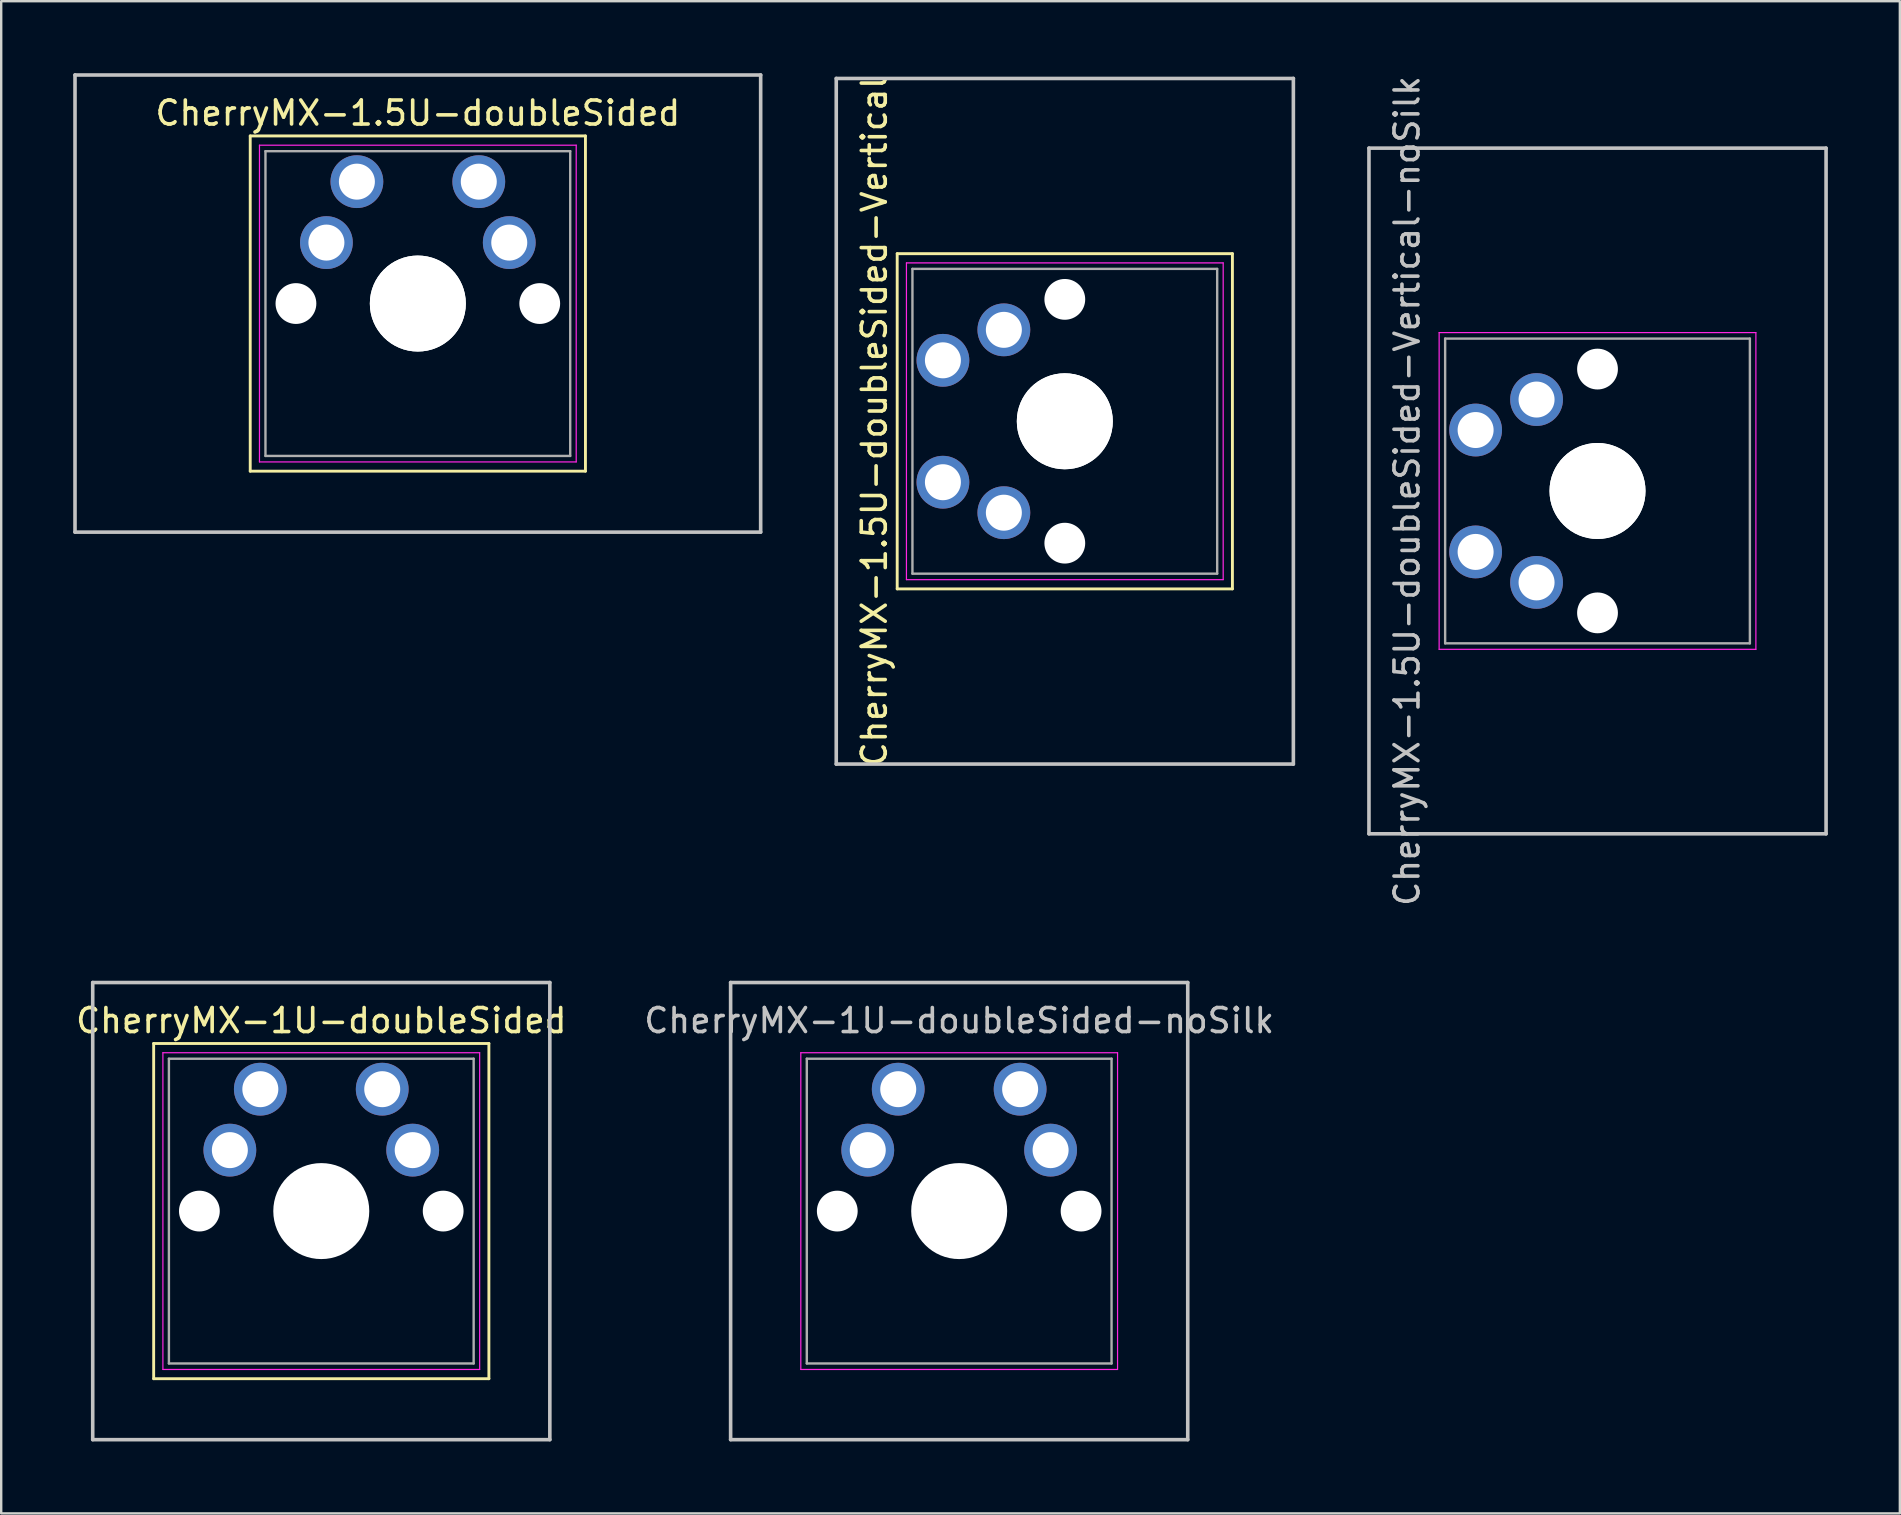
<source format=kicad_pcb>
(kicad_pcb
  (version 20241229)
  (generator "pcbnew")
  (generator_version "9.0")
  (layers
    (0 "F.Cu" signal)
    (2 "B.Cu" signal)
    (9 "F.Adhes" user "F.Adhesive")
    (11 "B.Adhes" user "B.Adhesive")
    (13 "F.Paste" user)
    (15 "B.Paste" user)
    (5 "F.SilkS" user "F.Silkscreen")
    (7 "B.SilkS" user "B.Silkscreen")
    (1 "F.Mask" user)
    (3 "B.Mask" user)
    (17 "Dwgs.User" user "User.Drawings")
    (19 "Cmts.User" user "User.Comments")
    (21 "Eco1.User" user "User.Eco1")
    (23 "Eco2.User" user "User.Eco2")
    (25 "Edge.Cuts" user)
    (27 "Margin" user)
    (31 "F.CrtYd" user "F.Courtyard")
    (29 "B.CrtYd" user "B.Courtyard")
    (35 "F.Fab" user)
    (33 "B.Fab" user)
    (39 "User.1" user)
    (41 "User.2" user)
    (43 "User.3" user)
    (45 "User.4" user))
  (footprint "CherryMX-1.5U-doubleSided"
    (layer "F.Cu")
    (at 14.363 9.6)
    (property "Reference" "CherryMX-1.5U-doubleSided" (at 0 -7.938 0) (unlocked yes) (layer "F.SilkS") (effects (font (size 1 1) (thickness 0.15))))
    (attr through_hole)
    (fp_line (start -6.985 -6.985) (end 6.985 -6.985) (stroke (width 0.12) (type solid)) (layer "F.SilkS"))
    (fp_line (start -6.985 6.985) (end -6.985 -6.985) (stroke (width 0.12) (type solid)) (layer "F.SilkS"))
    (fp_line (start 6.985 -6.985) (end 6.985 6.985) (stroke (width 0.12) (type solid)) (layer "F.SilkS"))
    (fp_line (start 6.985 6.985) (end -6.985 6.985) (stroke (width 0.12) (type solid)) (layer "F.SilkS"))
    (fp_line (start -14.287 -9.525) (end 14.287 -9.525) (stroke (width 0.15) (type solid)) (layer "Dwgs.User"))
    (fp_line (start -14.287 9.525) (end -14.287 -9.525) (stroke (width 0.15) (type solid)) (layer "Dwgs.User"))
    (fp_line (start 14.287 -9.525) (end 14.287 9.525) (stroke (width 0.15) (type solid)) (layer "Dwgs.User"))
    (fp_line (start 14.287 9.525) (end -14.287 9.525) (stroke (width 0.15) (type solid)) (layer "Dwgs.User"))
    (fp_line (start -6.6 -6.6) (end 6.6 -6.6) (stroke (width 0.05) (type solid)) (layer "F.CrtYd"))
    (fp_line (start -6.6 6.6) (end -6.6 -6.6) (stroke (width 0.05) (type solid)) (layer "F.CrtYd"))
    (fp_line (start 6.6 -6.6) (end 6.6 6.6) (stroke (width 0.05) (type solid)) (layer "F.CrtYd"))
    (fp_line (start 6.6 6.6) (end -6.6 6.6) (stroke (width 0.05) (type solid)) (layer "F.CrtYd"))
    (fp_line (start -6.35 -6.35) (end 6.35 -6.35) (stroke (width 0.1) (type solid)) (layer "F.Fab"))
    (fp_line (start -6.35 6.35) (end -6.35 -6.35) (stroke (width 0.1) (type solid)) (layer "F.Fab"))
    (fp_line (start 6.35 -6.35) (end 6.35 6.35) (stroke (width 0.1) (type solid)) (layer "F.Fab"))
    (fp_line (start 6.35 6.35) (end -6.35 6.35) (stroke (width 0.1) (type solid)) (layer "F.Fab"))
    (pad "" np_thru_hole circle (at -5.08 0) (size 1.7 1.7) (drill 1.7) (layers "*.Cu" "*.Mask"))
    (pad "" np_thru_hole circle (at 0 0) (size 4 4) (drill 4) (layers "*.Cu" "*.Mask"))
    (pad "" np_thru_hole circle (at 0 0) (size 4 4) (drill 4) (layers "*.Cu" "*.Mask"))
    (pad "" np_thru_hole circle (at 5.08 0) (size 1.7 1.7) (drill 1.7) (layers "*.Cu" "*.Mask"))
    (pad "1" thru_hole circle (at -2.54 -5.08) (size 2.2 2.2) (drill 1.5) (layers "*.Cu" "*.Mask"))
    (pad "1" thru_hole circle (at 2.54 -5.08) (size 2.2 2.2) (drill 1.5) (layers "*.Cu" "*.Mask"))
    (pad "2" thru_hole circle (at -3.81 -2.54) (size 2.2 2.2) (drill 1.5) (layers "*.Cu" "*.Mask"))
    (pad "2" thru_hole circle (at 3.81 -2.54) (size 2.2 2.2) (drill 1.5) (layers "*.Cu" "*.Mask")))
  (footprint "CherryMX-1.5U-doubleSided-Vertical"
    (layer "F.Cu")
    (at 41.325 14.506)
    (property "Reference" "CherryMX-1.5U-doubleSided-Vertical" (at -7.938 0 90) (unlocked yes) (layer "F.SilkS") (effects (font (size 1 1) (thickness 0.15))))
    (attr through_hole)
    (fp_line (start -6.985 -6.985) (end 6.985 -6.985) (stroke (width 0.12) (type solid)) (layer "F.SilkS"))
    (fp_line (start -6.985 6.985) (end -6.985 -6.985) (stroke (width 0.12) (type solid)) (layer "F.SilkS"))
    (fp_line (start 6.985 -6.985) (end 6.985 6.985) (stroke (width 0.12) (type solid)) (layer "F.SilkS"))
    (fp_line (start 6.985 6.985) (end -6.985 6.985) (stroke (width 0.12) (type solid)) (layer "F.SilkS"))
    (fp_line (start -9.525 -14.287) (end 9.525 -14.287) (stroke (width 0.15) (type solid)) (layer "Dwgs.User"))
    (fp_line (start -9.525 14.287) (end -9.525 -14.287) (stroke (width 0.15) (type solid)) (layer "Dwgs.User"))
    (fp_line (start 9.525 -14.287) (end 9.525 14.287) (stroke (width 0.15) (type solid)) (layer "Dwgs.User"))
    (fp_line (start 9.525 14.287) (end -9.525 14.287) (stroke (width 0.15) (type solid)) (layer "Dwgs.User"))
    (fp_line (start -6.6 -6.6) (end 6.6 -6.6) (stroke (width 0.05) (type solid)) (layer "F.CrtYd"))
    (fp_line (start -6.6 6.6) (end -6.6 -6.6) (stroke (width 0.05) (type solid)) (layer "F.CrtYd"))
    (fp_line (start 6.6 -6.6) (end 6.6 6.6) (stroke (width 0.05) (type solid)) (layer "F.CrtYd"))
    (fp_line (start 6.6 6.6) (end -6.6 6.6) (stroke (width 0.05) (type solid)) (layer "F.CrtYd"))
    (fp_line (start -6.35 -6.35) (end 6.35 -6.35) (stroke (width 0.1) (type solid)) (layer "F.Fab"))
    (fp_line (start -6.35 6.35) (end -6.35 -6.35) (stroke (width 0.1) (type solid)) (layer "F.Fab"))
    (fp_line (start 6.35 -6.35) (end 6.35 6.35) (stroke (width 0.1) (type solid)) (layer "F.Fab"))
    (fp_line (start 6.35 6.35) (end -6.35 6.35) (stroke (width 0.1) (type solid)) (layer "F.Fab"))
    (pad "" np_thru_hole circle (at 0 -5.08 90) (size 1.7 1.7) (drill 1.7) (layers "*.Cu" "*.Mask"))
    (pad "" np_thru_hole circle (at 0 0 90) (size 4 4) (drill 4) (layers "*.Cu" "*.Mask"))
    (pad "" np_thru_hole circle (at 0 0 90) (size 4 4) (drill 4) (layers "*.Cu" "*.Mask"))
    (pad "" np_thru_hole circle (at 0 5.08 90) (size 1.7 1.7) (drill 1.7) (layers "*.Cu" "*.Mask"))
    (pad "1" thru_hole circle (at -5.08 -2.54 90) (size 2.2 2.2) (drill 1.5) (layers "*.Cu" "*.Mask"))
    (pad "1" thru_hole circle (at -5.08 2.54 90) (size 2.2 2.2) (drill 1.5) (layers "*.Cu" "*.Mask"))
    (pad "2" thru_hole circle (at -2.54 -3.81 90) (size 2.2 2.2) (drill 1.5) (layers "*.Cu" "*.Mask"))
    (pad "2" thru_hole circle (at -2.54 3.81 90) (size 2.2 2.2) (drill 1.5) (layers "*.Cu" "*.Mask")))
  (footprint "CherryMX-1.5U-doubleSided-Vertical-noSilk"
    (layer "F.Cu")
    (at 63.525 17.411)
    (property "Reference" "CherryMX-1.5U-doubleSided-Vertical-noSilk" (at -7.938 0 90) (unlocked yes) (layer "Dwgs.User") (effects (font (size 1 1) (thickness 0.15))))
    (attr through_hole)
    (fp_line (start -9.525 -14.287) (end 9.525 -14.287) (stroke (width 0.15) (type solid)) (layer "Dwgs.User"))
    (fp_line (start -9.525 14.287) (end -9.525 -14.287) (stroke (width 0.15) (type solid)) (layer "Dwgs.User"))
    (fp_line (start 9.525 -14.287) (end 9.525 14.287) (stroke (width 0.15) (type solid)) (layer "Dwgs.User"))
    (fp_line (start 9.525 14.287) (end -9.525 14.287) (stroke (width 0.15) (type solid)) (layer "Dwgs.User"))
    (fp_line (start -6.6 -6.6) (end 6.6 -6.6) (stroke (width 0.05) (type solid)) (layer "F.CrtYd"))
    (fp_line (start -6.6 6.6) (end -6.6 -6.6) (stroke (width 0.05) (type solid)) (layer "F.CrtYd"))
    (fp_line (start 6.6 -6.6) (end 6.6 6.6) (stroke (width 0.05) (type solid)) (layer "F.CrtYd"))
    (fp_line (start 6.6 6.6) (end -6.6 6.6) (stroke (width 0.05) (type solid)) (layer "F.CrtYd"))
    (fp_line (start -6.35 -6.35) (end 6.35 -6.35) (stroke (width 0.1) (type solid)) (layer "F.Fab"))
    (fp_line (start -6.35 6.35) (end -6.35 -6.35) (stroke (width 0.1) (type solid)) (layer "F.Fab"))
    (fp_line (start 6.35 -6.35) (end 6.35 6.35) (stroke (width 0.1) (type solid)) (layer "F.Fab"))
    (fp_line (start 6.35 6.35) (end -6.35 6.35) (stroke (width 0.1) (type solid)) (layer "F.Fab"))
    (pad "" np_thru_hole circle (at 0 -5.08 90) (size 1.7 1.7) (drill 1.7) (layers "*.Cu" "*.Mask"))
    (pad "" np_thru_hole circle (at 0 0 90) (size 4 4) (drill 4) (layers "*.Cu" "*.Mask"))
    (pad "" np_thru_hole circle (at 0 0 90) (size 4 4) (drill 4) (layers "*.Cu" "*.Mask"))
    (pad "" np_thru_hole circle (at 0 5.08 90) (size 1.7 1.7) (drill 1.7) (layers "*.Cu" "*.Mask"))
    (pad "1" thru_hole circle (at -5.08 -2.54 90) (size 2.2 2.2) (drill 1.5) (layers "*.Cu" "*.Mask"))
    (pad "1" thru_hole circle (at -5.08 2.54 90) (size 2.2 2.2) (drill 1.5) (layers "*.Cu" "*.Mask"))
    (pad "2" thru_hole circle (at -2.54 -3.81 90) (size 2.2 2.2) (drill 1.5) (layers "*.Cu" "*.Mask"))
    (pad "2" thru_hole circle (at -2.54 3.81 90) (size 2.2 2.2) (drill 1.5) (layers "*.Cu" "*.Mask")))
  (footprint "CherryMX-1U-doubleSided"
    (layer "F.Cu")
    (at 10.339 47.421)
    (property "Reference" "CherryMX-1U-doubleSided" (at 0 -7.938 0) (unlocked yes) (layer "F.SilkS") (effects (font (size 1 1) (thickness 0.15))))
    (attr through_hole)
    (fp_line (start -6.985 -6.985) (end 6.985 -6.985) (stroke (width 0.12) (type solid)) (layer "F.SilkS"))
    (fp_line (start -6.985 6.985) (end -6.985 -6.985) (stroke (width 0.12) (type solid)) (layer "F.SilkS"))
    (fp_line (start 6.985 -6.985) (end 6.985 6.985) (stroke (width 0.12) (type solid)) (layer "F.SilkS"))
    (fp_line (start 6.985 6.985) (end -6.985 6.985) (stroke (width 0.12) (type solid)) (layer "F.SilkS"))
    (fp_line (start -9.525 -9.525) (end 9.525 -9.525) (stroke (width 0.15) (type solid)) (layer "Dwgs.User"))
    (fp_line (start -9.525 9.525) (end -9.525 -9.525) (stroke (width 0.15) (type solid)) (layer "Dwgs.User"))
    (fp_line (start 9.525 -9.525) (end 9.525 9.525) (stroke (width 0.15) (type solid)) (layer "Dwgs.User"))
    (fp_line (start 9.525 9.525) (end -9.525 9.525) (stroke (width 0.15) (type solid)) (layer "Dwgs.User"))
    (fp_line (start -6.6 -6.6) (end 6.6 -6.6) (stroke (width 0.05) (type solid)) (layer "F.CrtYd"))
    (fp_line (start -6.6 6.6) (end -6.6 -6.6) (stroke (width 0.05) (type solid)) (layer "F.CrtYd"))
    (fp_line (start 6.6 -6.6) (end 6.6 6.6) (stroke (width 0.05) (type solid)) (layer "F.CrtYd"))
    (fp_line (start 6.6 6.6) (end -6.6 6.6) (stroke (width 0.05) (type solid)) (layer "F.CrtYd"))
    (fp_line (start -6.35 -6.35) (end 6.35 -6.35) (stroke (width 0.1) (type solid)) (layer "F.Fab"))
    (fp_line (start -6.35 6.35) (end -6.35 -6.35) (stroke (width 0.1) (type solid)) (layer "F.Fab"))
    (fp_line (start 6.35 -6.35) (end 6.35 6.35) (stroke (width 0.1) (type solid)) (layer "F.Fab"))
    (fp_line (start 6.35 6.35) (end -6.35 6.35) (stroke (width 0.1) (type solid)) (layer "F.Fab"))
    (pad "" np_thru_hole circle (at -5.08 0) (size 1.7 1.7) (drill 1.7) (layers "*.Cu" "*.Mask"))
    (pad "" np_thru_hole circle (at 0 0) (size 4 4) (drill 4) (layers "*.Cu" "*.Mask"))
    (pad "" np_thru_hole circle (at 5.08 0) (size 1.7 1.7) (drill 1.7) (layers "*.Cu" "*.Mask"))
    (pad "1" thru_hole circle (at -2.54 -5.08) (size 2.2 2.2) (drill 1.5) (layers "*.Cu" "*.Mask"))
    (pad "1" thru_hole circle (at 2.54 -5.08) (size 2.2 2.2) (drill 1.5) (layers "*.Cu" "*.Mask"))
    (pad "2" thru_hole circle (at -3.81 -2.54) (size 2.2 2.2) (drill 1.5) (layers "*.Cu" "*.Mask"))
    (pad "2" thru_hole circle (at 3.81 -2.54) (size 2.2 2.2) (drill 1.5) (layers "*.Cu" "*.Mask")))
  (footprint "CherryMX-1U-doubleSided-noSilk"
    (layer "F.Cu")
    (at 36.923 47.421)
    (property "Reference" "CherryMX-1U-doubleSided-noSilk" (at 0 -7.938 0) (unlocked yes) (layer "Dwgs.User") (effects (font (size 1 1) (thickness 0.15))))
    (attr through_hole)
    (fp_line (start -9.525 -9.525) (end 9.525 -9.525) (stroke (width 0.15) (type solid)) (layer "Dwgs.User"))
    (fp_line (start -9.525 9.525) (end -9.525 -9.525) (stroke (width 0.15) (type solid)) (layer "Dwgs.User"))
    (fp_line (start 9.525 -9.525) (end 9.525 9.525) (stroke (width 0.15) (type solid)) (layer "Dwgs.User"))
    (fp_line (start 9.525 9.525) (end -9.525 9.525) (stroke (width 0.15) (type solid)) (layer "Dwgs.User"))
    (fp_line (start -6.6 -6.6) (end 6.6 -6.6) (stroke (width 0.05) (type solid)) (layer "F.CrtYd"))
    (fp_line (start -6.6 6.6) (end -6.6 -6.6) (stroke (width 0.05) (type solid)) (layer "F.CrtYd"))
    (fp_line (start 6.6 -6.6) (end 6.6 6.6) (stroke (width 0.05) (type solid)) (layer "F.CrtYd"))
    (fp_line (start 6.6 6.6) (end -6.6 6.6) (stroke (width 0.05) (type solid)) (layer "F.CrtYd"))
    (fp_line (start -6.35 -6.35) (end 6.35 -6.35) (stroke (width 0.1) (type solid)) (layer "F.Fab"))
    (fp_line (start -6.35 6.35) (end -6.35 -6.35) (stroke (width 0.1) (type solid)) (layer "F.Fab"))
    (fp_line (start 6.35 -6.35) (end 6.35 6.35) (stroke (width 0.1) (type solid)) (layer "F.Fab"))
    (fp_line (start 6.35 6.35) (end -6.35 6.35) (stroke (width 0.1) (type solid)) (layer "F.Fab"))
    (pad "" np_thru_hole circle (at -5.08 0) (size 1.7 1.7) (drill 1.7) (layers "*.Cu" "*.Mask"))
    (pad "" np_thru_hole circle (at 0 0) (size 4 4) (drill 4) (layers "*.Cu" "*.Mask"))
    (pad "" np_thru_hole circle (at 5.08 0) (size 1.7 1.7) (drill 1.7) (layers "*.Cu" "*.Mask"))
    (pad "1" thru_hole circle (at -2.54 -5.08) (size 2.2 2.2) (drill 1.5) (layers "*.Cu" "*.Mask"))
    (pad "1" thru_hole circle (at 2.54 -5.08) (size 2.2 2.2) (drill 1.5) (layers "*.Cu" "*.Mask"))
    (pad "2" thru_hole circle (at -3.81 -2.54) (size 2.2 2.2) (drill 1.5) (layers "*.Cu" "*.Mask"))
    (pad "2" thru_hole circle (at 3.81 -2.54) (size 2.2 2.2) (drill 1.5) (layers "*.Cu" "*.Mask")))
  (gr_rect
    (start -3 -3)
    (end 76.125 60.021)
    (stroke (width 0.1) (type default))
    (fill no)
    (layer "Edge.Cuts")))
</source>
